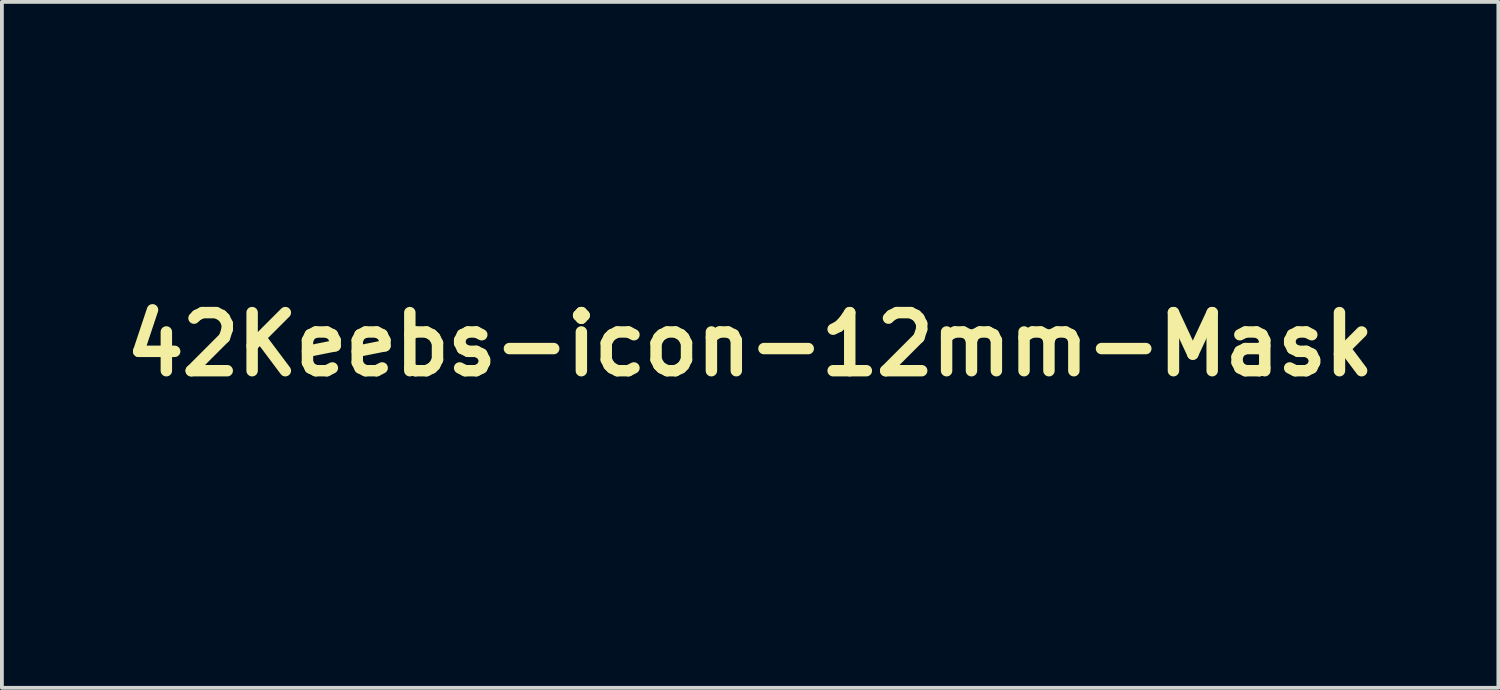
<source format=kicad_pcb>
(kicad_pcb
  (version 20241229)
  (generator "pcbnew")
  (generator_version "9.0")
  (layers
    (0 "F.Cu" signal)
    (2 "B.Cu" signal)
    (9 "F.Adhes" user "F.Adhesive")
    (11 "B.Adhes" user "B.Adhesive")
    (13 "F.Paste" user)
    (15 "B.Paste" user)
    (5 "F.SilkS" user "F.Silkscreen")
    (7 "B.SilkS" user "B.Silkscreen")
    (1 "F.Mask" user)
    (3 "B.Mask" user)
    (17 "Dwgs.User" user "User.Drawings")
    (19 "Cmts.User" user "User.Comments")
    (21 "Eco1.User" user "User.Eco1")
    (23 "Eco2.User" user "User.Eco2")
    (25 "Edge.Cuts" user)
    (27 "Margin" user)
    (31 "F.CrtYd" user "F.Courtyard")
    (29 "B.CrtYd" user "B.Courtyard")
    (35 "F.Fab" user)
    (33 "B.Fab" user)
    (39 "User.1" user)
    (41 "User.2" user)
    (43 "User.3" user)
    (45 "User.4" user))
  (footprint "42Keebs-icon-12mm-Mask"
    (layer "F.Cu")
    (at 16.626 5.984)
    (property "Reference" "42Keebs-icon-12mm-Mask" (at 0 0 0) (layer "F.SilkS") (effects (font (size 1.524 1.524) (thickness 0.3))))
    (attr board_only exclude_from_pos_files exclude_from_bom)
    (fp_poly (pts (xy 4.706 0.742) (xy 4.86 0.777) (xy 4.991 0.842) (xy 5.097 0.937) (xy 5.138 0.993) (xy 5.19 1.09) (xy 5.223 1.187) (xy 5.24 1.3) (xy 5.243 1.417) (xy 5.225 1.591) (xy 5.176 1.747) (xy 5.096 1.88) (xy 4.99 1.987) (xy 4.866 2.06) (xy 4.772 2.09) (xy 4.654 2.108) (xy 4.528 2.116) (xy 4.409 2.111) (xy 4.313 2.093) (xy 4.308 2.092) (xy 4.169 2.031) (xy 4.063 1.948) (xy 3.984 1.837) (xy 3.932 1.711) (xy 3.898 1.531) (xy 3.902 1.343) (xy 3.916 1.26) (xy 3.969 1.102) (xy 4.052 0.97) (xy 4.163 0.866) (xy 4.301 0.791) (xy 4.463 0.748) (xy 4.533 0.74)) (stroke (width 0) (type solid)) (fill yes) (layer "F.Mask"))
    (fp_poly (pts (xy -0.931 -2.217) (xy -0.935 -2.189) (xy -0.943 -2.125) (xy -0.956 -2.026) (xy -0.973 -1.898) (xy -0.993 -1.744) (xy -1.017 -1.566) (xy -1.042 -1.369) (xy -1.07 -1.156) (xy -1.1 -0.93) (xy -1.112 -0.836) (xy -1.142 -0.605) (xy -1.171 -0.385) (xy -1.198 -0.18) (xy -1.222 0.008) (xy -1.244 0.175) (xy -1.263 0.317) (xy -1.278 0.43) (xy -1.29 0.512) (xy -1.296 0.558) (xy -1.297 0.566) (xy -1.309 0.632) (xy -0.652 0.632) (xy -0.619 0.701) (xy -0.608 0.726) (xy -0.601 0.753) (xy -0.599 0.786) (xy -0.602 0.833) (xy -0.611 0.899) (xy -0.626 0.99) (xy -0.648 1.112) (xy -0.661 1.185) (xy -0.685 1.312) (xy -0.706 1.427) (xy -0.724 1.524) (xy -0.738 1.595) (xy -0.747 1.634) (xy -0.748 1.638) (xy -0.754 1.652) (xy -0.769 1.662) (xy -0.797 1.668) (xy -0.846 1.671) (xy -0.92 1.672) (xy -1.027 1.67) (xy -1.088 1.669) (xy -1.417 1.661) (xy -1.454 2.181) (xy -1.466 2.356) (xy -1.476 2.494) (xy -1.488 2.601) (xy -1.505 2.681) (xy -1.532 2.737) (xy -1.572 2.775) (xy -1.628 2.799) (xy -1.704 2.812) (xy -1.805 2.82) (xy -1.933 2.827) (xy -2.003 2.831) (xy -2.136 2.839) (xy -2.262 2.847) (xy -2.373 2.855) (xy -2.46 2.861) (xy -2.515 2.866) (xy -2.518 2.867) (xy -2.58 2.871) (xy -2.616 2.866) (xy -2.638 2.845) (xy -2.649 2.826) (xy -2.657 2.806) (xy -2.661 2.779) (xy -2.661 2.74) (xy -2.657 2.684) (xy -2.648 2.606) (xy -2.633 2.501) (xy -2.613 2.365) (xy -2.592 2.228) (xy -2.569 2.083) (xy -2.549 1.951) (xy -2.532 1.838) (xy -2.519 1.749) (xy -2.51 1.689) (xy -2.507 1.663) (xy -2.507 1.663) (xy -2.527 1.66) (xy -2.585 1.657) (xy -2.678 1.655) (xy -2.803 1.653) (xy -2.958 1.653) (xy -3.139 1.653) (xy -3.344 1.654) (xy -3.556 1.656) (xy -4.605 1.668) (xy -4.636 1.62) (xy -4.646 1.601) (xy -4.653 1.576) (xy -4.655 1.54) (xy -4.653 1.487) (xy -4.646 1.411) (xy -4.634 1.307) (xy -4.618 1.169) (xy -4.615 1.15) (xy -4.563 0.727) (xy -4.466 0.606) (xy -3.369 0.606) (xy -3.368 0.614) (xy -3.347 0.621) (xy -3.303 0.625) (xy -3.232 0.629) (xy -3.131 0.631) (xy -2.996 0.632) (xy -2.867 0.632) (xy -2.726 0.631) (xy -2.599 0.63) (xy -2.492 0.627) (xy -2.41 0.624) (xy -2.359 0.62) (xy -2.344 0.617) (xy -2.342 0.593) (xy -2.335 0.535) (xy -2.324 0.445) (xy -2.309 0.331) (xy -2.292 0.195) (xy -2.273 0.044) (xy -2.263 -0.041) (xy -2.238 -0.235) (xy -2.219 -0.393) (xy -2.204 -0.518) (xy -2.193 -0.615) (xy -2.187 -0.685) (xy -2.185 -0.735) (xy -2.186 -0.767) (xy -2.19 -0.785) (xy -2.198 -0.793) (xy -2.208 -0.795) (xy -2.209 -0.795) (xy -2.226 -0.78) (xy -2.265 -0.737) (xy -2.323 -0.669) (xy -2.398 -0.581) (xy -2.486 -0.477) (xy -2.584 -0.36) (xy -2.689 -0.233) (xy -2.799 -0.101) (xy -2.908 0.033) (xy -3.016 0.164) (xy -3.118 0.29) (xy -3.212 0.406) (xy -3.293 0.509) (xy -3.361 0.595) (xy -3.369 0.606) (xy -4.466 0.606) (xy -2.158 -2.263) (xy -0.923 -2.263)) (stroke (width 0) (type solid)) (fill yes) (layer "F.Mask"))
    (fp_poly (pts (xy 2.17 -2.309) (xy 2.332 -2.294) (xy 2.477 -2.268) (xy 2.612 -2.226) (xy 2.751 -2.168) (xy 2.786 -2.151) (xy 2.954 -2.056) (xy 3.088 -1.952) (xy 3.194 -1.834) (xy 3.277 -1.697) (xy 3.311 -1.623) (xy 3.334 -1.564) (xy 3.348 -1.505) (xy 3.355 -1.433) (xy 3.36 -1.336) (xy 3.36 -1.327) (xy 3.362 -1.218) (xy 3.359 -1.136) (xy 3.349 -1.068) (xy 3.33 -0.999) (xy 3.323 -0.978) (xy 3.288 -0.883) (xy 3.245 -0.789) (xy 3.192 -0.693) (xy 3.127 -0.592) (xy 3.048 -0.483) (xy 2.952 -0.363) (xy 2.836 -0.229) (xy 2.699 -0.079) (xy 2.538 0.092) (xy 2.35 0.285) (xy 2.217 0.419) (xy 2.091 0.548) (xy 1.973 0.667) (xy 1.869 0.775) (xy 1.779 0.867) (xy 1.708 0.941) (xy 1.658 0.994) (xy 1.633 1.022) (xy 1.631 1.026) (xy 1.65 1.032) (xy 1.705 1.037) (xy 1.79 1.039) (xy 1.899 1.041) (xy 2.026 1.041) (xy 2.168 1.04) (xy 2.317 1.038) (xy 2.469 1.034) (xy 2.618 1.029) (xy 2.759 1.024) (xy 2.886 1.017) (xy 2.994 1.01) (xy 3.034 1.006) (xy 3.161 0.994) (xy 3.254 0.986) (xy 3.32 0.982) (xy 3.363 0.983) (xy 3.391 0.988) (xy 3.41 0.997) (xy 3.426 1.011) (xy 3.428 1.013) (xy 3.469 1.054) (xy 3.324 1.579) (xy 3.286 1.719) (xy 3.252 1.845) (xy 3.222 1.953) (xy 3.2 2.037) (xy 3.185 2.091) (xy 3.18 2.112) (xy 3.163 2.117) (xy 3.134 2.117) (xy 3.101 2.115) (xy 3.033 2.111) (xy 2.939 2.105) (xy 2.824 2.098) (xy 2.696 2.09) (xy 2.66 2.087) (xy 2.507 2.08) (xy 2.314 2.074) (xy 2.082 2.069) (xy 1.812 2.065) (xy 1.504 2.063) (xy 1.16 2.063) (xy 1.023 2.063) (xy 0.739 2.063) (xy 0.491 2.062) (xy 0.279 2.061) (xy 0.105 2.059) (xy -0.032 2.056) (xy -0.13 2.053) (xy -0.188 2.048) (xy -0.206 2.044) (xy -0.212 2.016) (xy -0.21 1.948) (xy -0.2 1.842) (xy -0.183 1.696) (xy -0.174 1.622) (xy -0.156 1.485) (xy -0.141 1.383) (xy -0.129 1.309) (xy -0.117 1.257) (xy -0.105 1.222) (xy -0.09 1.198) (xy -0.071 1.178) (xy -0.055 1.163) (xy -0.025 1.137) (xy 0.033 1.087) (xy 0.113 1.018) (xy 0.212 0.933) (xy 0.326 0.835) (xy 0.45 0.727) (xy 0.561 0.632) (xy 0.8 0.425) (xy 1.01 0.242) (xy 1.193 0.081) (xy 1.35 -0.06) (xy 1.484 -0.184) (xy 1.597 -0.292) (xy 1.691 -0.385) (xy 1.768 -0.468) (xy 1.83 -0.54) (xy 1.879 -0.605) (xy 1.917 -0.663) (xy 1.947 -0.719) (xy 1.952 -0.729) (xy 1.995 -0.856) (xy 2.002 -0.965) (xy 1.973 -1.055) (xy 1.909 -1.124) (xy 1.811 -1.172) (xy 1.68 -1.197) (xy 1.663 -1.198) (xy 1.509 -1.192) (xy 1.335 -1.158) (xy 1.147 -1.099) (xy 0.951 -1.015) (xy 0.753 -0.911) (xy 0.605 -0.818) (xy 0.497 -0.752) (xy 0.413 -0.717) (xy 0.355 -0.714) (xy 0.322 -0.743) (xy 0.317 -0.759) (xy 0.313 -0.792) (xy 0.306 -0.859) (xy 0.296 -0.954) (xy 0.285 -1.071) (xy 0.273 -1.202) (xy 0.267 -1.274) (xy 0.225 -1.743) (xy 0.271 -1.778) (xy 0.321 -1.811) (xy 0.401 -1.856) (xy 0.504 -1.908) (xy 0.621 -1.964) (xy 0.744 -2.021) (xy 0.866 -2.075) (xy 0.979 -2.122) (xy 1.074 -2.159) (xy 1.102 -2.168) (xy 1.301 -2.229) (xy 1.481 -2.271) (xy 1.658 -2.298) (xy 1.845 -2.31) (xy 1.977 -2.313)) (stroke (width 0) (type solid)) (fill yes) (layer "F.Mask"))
    (fp_poly (pts (xy 0.313 -5.98) (xy 0.501 -5.972) (xy 0.667 -5.961) (xy 0.802 -5.946) (xy 0.805 -5.946) (xy 1.179 -5.881) (xy 1.525 -5.803) (xy 1.855 -5.706) (xy 2.18 -5.587) (xy 2.512 -5.443) (xy 2.681 -5.362) (xy 3.035 -5.174) (xy 3.361 -4.973) (xy 3.668 -4.752) (xy 3.965 -4.504) (xy 4.252 -4.232) (xy 4.539 -3.928) (xy 4.792 -3.622) (xy 5.018 -3.304) (xy 5.224 -2.964) (xy 5.343 -2.743) (xy 5.552 -2.298) (xy 5.721 -1.85) (xy 5.85 -1.397) (xy 5.941 -0.936) (xy 5.994 -0.464) (xy 6.01 0.023) (xy 6.007 0.194) (xy 5.976 0.673) (xy 5.909 1.135) (xy 5.806 1.584) (xy 5.666 2.026) (xy 5.488 2.465) (xy 5.347 2.758) (xy 5.137 3.135) (xy 4.904 3.489) (xy 4.643 3.826) (xy 4.349 4.153) (xy 4.252 4.252) (xy 3.948 4.539) (xy 3.641 4.792) (xy 3.322 5.018) (xy 2.982 5.224) (xy 2.681 5.382) (xy 2.346 5.538) (xy 2.026 5.667) (xy 1.709 5.772) (xy 1.382 5.858) (xy 1.034 5.928) (xy 0.866 5.955) (xy 0.765 5.968) (xy 0.632 5.979) (xy 0.476 5.989) (xy 0.307 5.997) (xy 0.132 6.003) (xy -0.039 6.007) (xy -0.198 6.009) (xy -0.337 6.007) (xy -0.445 6.003) (xy -0.469 6.001) (xy -0.967 5.936) (xy -1.453 5.834) (xy -1.924 5.694) (xy -2.379 5.518) (xy -2.817 5.306) (xy -3.235 5.061) (xy -3.632 4.782) (xy -4.006 4.47) (xy -4.356 4.128) (xy -4.681 3.755) (xy -4.978 3.352) (xy -5.011 3.303) (xy -5.099 3.163) (xy -5.194 2.997) (xy -5.292 2.816) (xy -5.388 2.629) (xy -5.476 2.446) (xy -5.551 2.278) (xy -5.609 2.133) (xy -5.61 2.13) (xy -5.729 1.779) (xy -5.823 1.439) (xy -5.898 1.091) (xy -5.945 0.805) (xy -5.958 0.69) (xy -5.969 0.542) (xy -5.977 0.372) (xy -5.981 0.188) (xy -5.983 0.052) (xy -5.658 0.052) (xy -5.653 0.288) (xy -5.642 0.512) (xy -5.625 0.712) (xy -5.61 0.826) (xy -5.515 1.31) (xy -5.385 1.774) (xy -5.218 2.221) (xy -5.015 2.651) (xy -4.774 3.065) (xy -4.496 3.465) (xy -4.491 3.471) (xy -4.428 3.549) (xy -4.343 3.648) (xy -4.243 3.759) (xy -4.134 3.875) (xy -4.025 3.988) (xy -3.996 4.017) (xy -3.752 4.251) (xy -3.517 4.456) (xy -3.28 4.637) (xy -3.032 4.802) (xy -2.764 4.959) (xy -2.477 5.107) (xy -2.037 5.3) (xy -1.582 5.456) (xy -1.115 5.574) (xy -0.639 5.652) (xy -0.418 5.675) (xy -0.31 5.68) (xy -0.17 5.682) (xy -0.009 5.68) (xy 0.164 5.675) (xy 0.34 5.668) (xy 0.509 5.658) (xy 0.663 5.647) (xy 0.79 5.634) (xy 0.836 5.627) (xy 1.297 5.539) (xy 1.741 5.416) (xy 2.173 5.255) (xy 2.497 5.108) (xy 2.785 4.959) (xy 3.044 4.809) (xy 3.283 4.65) (xy 3.511 4.477) (xy 3.739 4.282) (xy 3.974 4.059) (xy 4.017 4.017) (xy 4.251 3.773) (xy 4.455 3.538) (xy 4.636 3.301) (xy 4.802 3.054) (xy 4.958 2.785) (xy 5.107 2.497) (xy 5.287 2.096) (xy 5.432 1.69) (xy 5.545 1.27) (xy 5.63 0.828) (xy 5.63 0.826) (xy 5.652 0.645) (xy 5.667 0.436) (xy 5.676 0.207) (xy 5.678 -0.031) (xy 5.674 -0.267) (xy 5.663 -0.491) (xy 5.645 -0.691) (xy 5.63 -0.805) (xy 5.546 -1.248) (xy 5.432 -1.668) (xy 5.287 -2.075) (xy 5.108 -2.477) (xy 4.943 -2.793) (xy 4.773 -3.079) (xy 4.59 -3.345) (xy 4.388 -3.6) (xy 4.16 -3.855) (xy 4.077 -3.942) (xy 3.723 -4.278) (xy 3.349 -4.578) (xy 2.956 -4.843) (xy 2.542 -5.071) (xy 2.11 -5.265) (xy 1.657 -5.422) (xy 1.186 -5.543) (xy 0.826 -5.61) (xy 0.645 -5.632) (xy 0.435 -5.647) (xy 0.206 -5.656) (xy -0.032 -5.658) (xy -0.268 -5.653) (xy -0.491 -5.642) (xy -0.692 -5.625) (xy -0.805 -5.61) (xy -1.291 -5.515) (xy -1.758 -5.384) (xy -2.204 -5.218) (xy -2.632 -5.016) (xy -3.039 -4.778) (xy -3.427 -4.504) (xy -3.796 -4.195) (xy -3.942 -4.057) (xy -4.278 -3.702) (xy -4.579 -3.328) (xy -4.843 -2.935) (xy -5.072 -2.522) (xy -5.265 -2.09) (xy -5.422 -1.639) (xy -5.543 -1.167) (xy -5.61 -0.805) (xy -5.632 -0.625) (xy -5.647 -0.415) (xy -5.656 -0.186) (xy -5.658 0.052) (xy -5.983 0.052) (xy -5.983 -0.003) (xy -5.983 -0.191) (xy -5.979 -0.369) (xy -5.972 -0.527) (xy -5.962 -0.658) (xy -5.956 -0.713) (xy -5.89 -1.112) (xy -5.808 -1.481) (xy -5.706 -1.833) (xy -5.581 -2.176) (xy -5.43 -2.522) (xy -5.358 -2.67) (xy -5.119 -3.105) (xy -4.848 -3.515) (xy -4.546 -3.899) (xy -4.215 -4.256) (xy -3.855 -4.584) (xy -3.468 -4.882) (xy -3.055 -5.149) (xy -2.67 -5.358) (xy -2.296 -5.531) (xy -1.926 -5.674) (xy -1.55 -5.79) (xy -1.158 -5.881) (xy -0.785 -5.946) (xy -0.651 -5.961) (xy -0.485 -5.972) (xy -0.297 -5.98) (xy -0.095 -5.984) (xy 0.111 -5.984)) (stroke (width 0) (type solid)) (fill yes) (layer "F.Mask")))
  (gr_rect
    (start -3 -3)
    (end 36.252 14.992)
    (stroke (width 0.1) (type default))
    (fill no)
    (layer "Edge.Cuts")))
</source>
